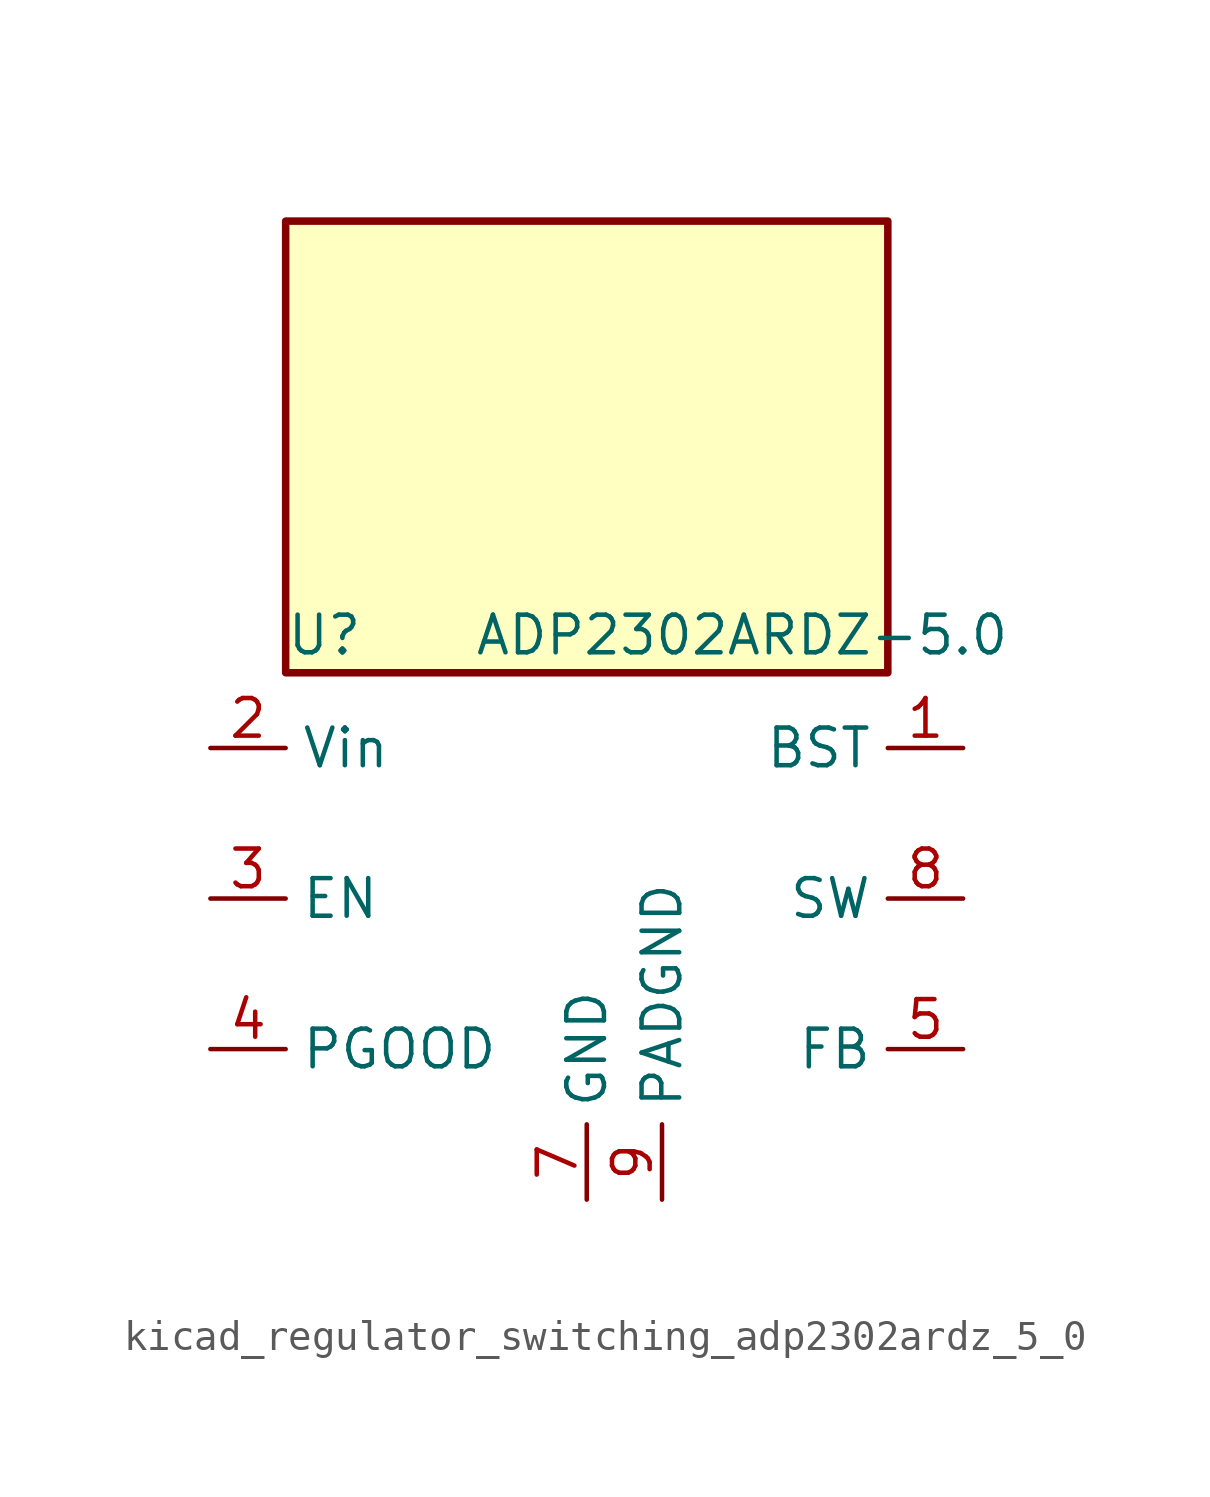
<source format=kicad_sym>
(kicad_symbol_lib
  (version 20220914)
  (generator kicad_symbol_editor)
  (symbol "kicad_regulator_switching_adp2302ardz_5_0"
    (property "Reference" "U"
      (at -10.16 8.89 0)
      (effects (font (size 1.27 1.27)) (justify left)))
    (property "Value" "ADP2302ARDZ-5.0"
      (at -3.81 8.89 0)
      (effects (font (size 1.27 1.27)) (justify left)))
    (symbol "kicad_regulator_switching_adp2302ardz_5_0_0_1"
      (rectangle (start 10.16 22.86) (end -10.16 7.62) (stroke (width 0.254) (type default)) (fill (type background))))
    (symbol "kicad_regulator_switching_adp2302ardz_5_0_1_1"
      (pin input line (at 12.7 5.08 180) (length 2.54) (name "BST" (effects (font (size 1.27 1.27)))) (number "1" (effects (font (size 1.27 1.27)))))
      (pin power_in line (at -12.7 5.08 0) (length 2.54) (name "Vin" (effects (font (size 1.27 1.27)))) (number "2" (effects (font (size 1.27 1.27)))))
      (pin input line (at -12.7 0 0) (length 2.54) (name "EN" (effects (font (size 1.27 1.27)))) (number "3" (effects (font (size 1.27 1.27)))))
      (pin output line (at -12.7 -5.08 0) (length 2.54) (name "PGOOD" (effects (font (size 1.27 1.27)))) (number "4" (effects (font (size 1.27 1.27)))))
      (pin input line (at 12.7 -5.08 180) (length 2.54) (name "FB" (effects (font (size 1.27 1.27)))) (number "5" (effects (font (size 1.27 1.27)))))
      (pin no_connect line (at -10.16 2.54 0) (length 2.54) hide (name "NC" (effects (font (size 1.27 1.27)))) (number "6" (effects (font (size 1.27 1.27)))))
      (pin power_in line (at 0 -10.16 90) (length 2.54) (name "GND" (effects (font (size 1.27 1.27)))) (number "7" (effects (font (size 1.27 1.27)))))
      (pin power_out line (at 12.7 0 180) (length 2.54) (name "SW" (effects (font (size 1.27 1.27)))) (number "8" (effects (font (size 1.27 1.27)))))
      (pin power_in line (at 2.54 -10.16 90) (length 2.54) (name "PADGND" (effects (font (size 1.27 1.27)))) (number "9" (effects (font (size 1.27 1.27))))))))
</source>
